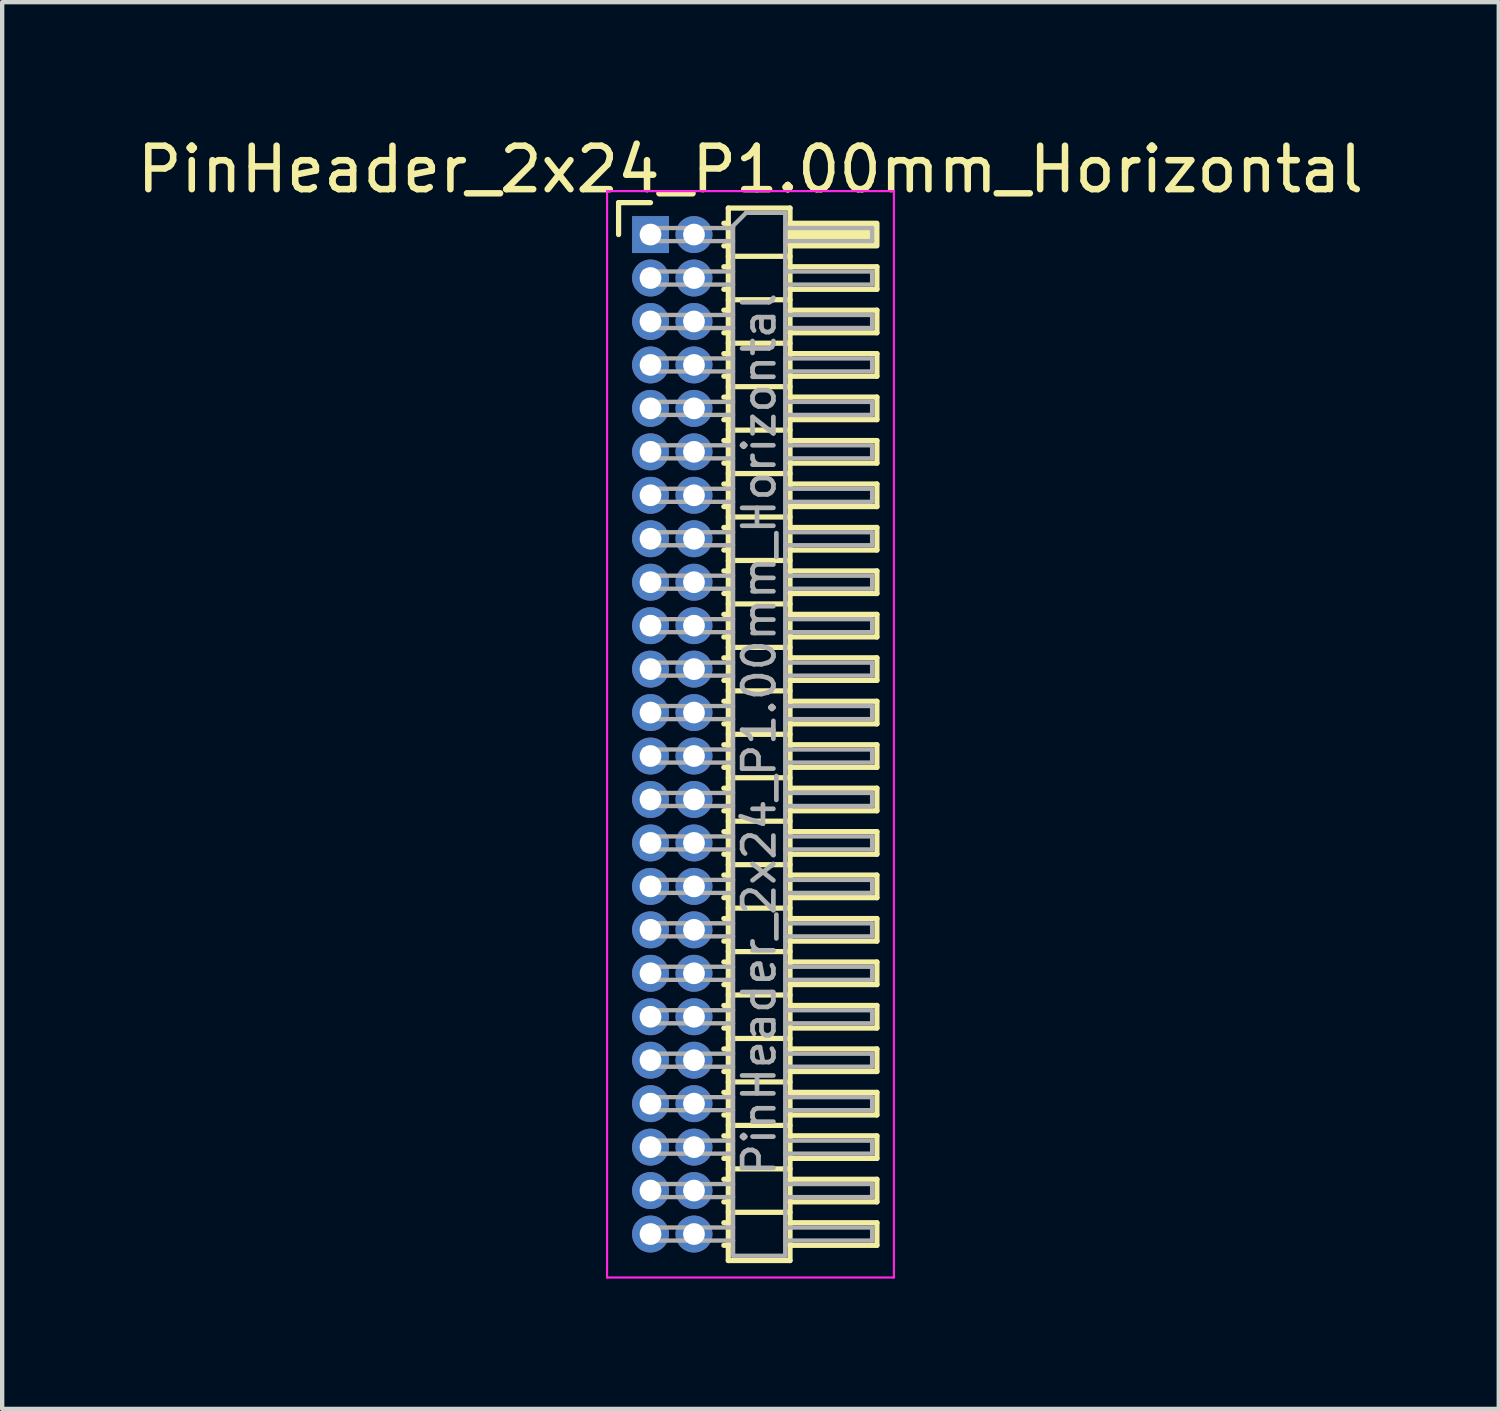
<source format=kicad_pcb>
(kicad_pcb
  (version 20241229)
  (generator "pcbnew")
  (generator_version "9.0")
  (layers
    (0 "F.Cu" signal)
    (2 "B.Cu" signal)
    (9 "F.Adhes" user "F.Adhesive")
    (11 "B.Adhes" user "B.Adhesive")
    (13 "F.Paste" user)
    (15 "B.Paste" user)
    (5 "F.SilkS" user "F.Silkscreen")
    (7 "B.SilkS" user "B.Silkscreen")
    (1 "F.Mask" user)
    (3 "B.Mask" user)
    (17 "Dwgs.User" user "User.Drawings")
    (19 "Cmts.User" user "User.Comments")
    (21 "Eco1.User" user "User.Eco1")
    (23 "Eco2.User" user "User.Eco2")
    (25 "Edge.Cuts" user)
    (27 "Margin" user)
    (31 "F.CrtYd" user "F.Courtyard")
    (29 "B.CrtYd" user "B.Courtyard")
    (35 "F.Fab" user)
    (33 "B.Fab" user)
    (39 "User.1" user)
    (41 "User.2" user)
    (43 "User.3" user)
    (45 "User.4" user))
  (footprint "PinHeader_2x24_P1.00mm_Horizontal"
    (layer "F.Cu")
    (at 11.92 2.348)
    (property "Reference" "PinHeader_2x24_P1.00mm_Horizontal" (at 2.3 -1.5 0) (layer "F.SilkS") (effects (font (size 1 1) (thickness 0.15))))
    (attr through_hole)
    (fp_line (start -0.735 -0.735) (end 0 -0.735) (stroke (width 0.12) (type solid)) (layer "F.SilkS"))
    (fp_line (start -0.735 0) (end -0.735 -0.735) (stroke (width 0.12) (type solid)) (layer "F.SilkS"))
    (fp_line (start 1.687 -0.26) (end 1.79 -0.26) (stroke (width 0.12) (type solid)) (layer "F.SilkS"))
    (fp_line (start 1.687 0.26) (end 1.79 0.26) (stroke (width 0.12) (type solid)) (layer "F.SilkS"))
    (fp_line (start 1.687 0.74) (end 1.79 0.74) (stroke (width 0.12) (type solid)) (layer "F.SilkS"))
    (fp_line (start 1.687 1.26) (end 1.79 1.26) (stroke (width 0.12) (type solid)) (layer "F.SilkS"))
    (fp_line (start 1.687 1.74) (end 1.79 1.74) (stroke (width 0.12) (type solid)) (layer "F.SilkS"))
    (fp_line (start 1.687 2.26) (end 1.79 2.26) (stroke (width 0.12) (type solid)) (layer "F.SilkS"))
    (fp_line (start 1.687 2.74) (end 1.79 2.74) (stroke (width 0.12) (type solid)) (layer "F.SilkS"))
    (fp_line (start 1.687 3.26) (end 1.79 3.26) (stroke (width 0.12) (type solid)) (layer "F.SilkS"))
    (fp_line (start 1.687 3.74) (end 1.79 3.74) (stroke (width 0.12) (type solid)) (layer "F.SilkS"))
    (fp_line (start 1.687 4.26) (end 1.79 4.26) (stroke (width 0.12) (type solid)) (layer "F.SilkS"))
    (fp_line (start 1.687 4.74) (end 1.79 4.74) (stroke (width 0.12) (type solid)) (layer "F.SilkS"))
    (fp_line (start 1.687 5.26) (end 1.79 5.26) (stroke (width 0.12) (type solid)) (layer "F.SilkS"))
    (fp_line (start 1.687 5.74) (end 1.79 5.74) (stroke (width 0.12) (type solid)) (layer "F.SilkS"))
    (fp_line (start 1.687 6.26) (end 1.79 6.26) (stroke (width 0.12) (type solid)) (layer "F.SilkS"))
    (fp_line (start 1.687 6.74) (end 1.79 6.74) (stroke (width 0.12) (type solid)) (layer "F.SilkS"))
    (fp_line (start 1.687 7.26) (end 1.79 7.26) (stroke (width 0.12) (type solid)) (layer "F.SilkS"))
    (fp_line (start 1.687 7.74) (end 1.79 7.74) (stroke (width 0.12) (type solid)) (layer "F.SilkS"))
    (fp_line (start 1.687 8.26) (end 1.79 8.26) (stroke (width 0.12) (type solid)) (layer "F.SilkS"))
    (fp_line (start 1.687 8.74) (end 1.79 8.74) (stroke (width 0.12) (type solid)) (layer "F.SilkS"))
    (fp_line (start 1.687 9.26) (end 1.79 9.26) (stroke (width 0.12) (type solid)) (layer "F.SilkS"))
    (fp_line (start 1.687 9.74) (end 1.79 9.74) (stroke (width 0.12) (type solid)) (layer "F.SilkS"))
    (fp_line (start 1.687 10.26) (end 1.79 10.26) (stroke (width 0.12) (type solid)) (layer "F.SilkS"))
    (fp_line (start 1.687 10.74) (end 1.79 10.74) (stroke (width 0.12) (type solid)) (layer "F.SilkS"))
    (fp_line (start 1.687 11.26) (end 1.79 11.26) (stroke (width 0.12) (type solid)) (layer "F.SilkS"))
    (fp_line (start 1.687 11.74) (end 1.79 11.74) (stroke (width 0.12) (type solid)) (layer "F.SilkS"))
    (fp_line (start 1.687 12.26) (end 1.79 12.26) (stroke (width 0.12) (type solid)) (layer "F.SilkS"))
    (fp_line (start 1.687 12.74) (end 1.79 12.74) (stroke (width 0.12) (type solid)) (layer "F.SilkS"))
    (fp_line (start 1.687 13.26) (end 1.79 13.26) (stroke (width 0.12) (type solid)) (layer "F.SilkS"))
    (fp_line (start 1.687 13.74) (end 1.79 13.74) (stroke (width 0.12) (type solid)) (layer "F.SilkS"))
    (fp_line (start 1.687 14.26) (end 1.79 14.26) (stroke (width 0.12) (type solid)) (layer "F.SilkS"))
    (fp_line (start 1.687 14.74) (end 1.79 14.74) (stroke (width 0.12) (type solid)) (layer "F.SilkS"))
    (fp_line (start 1.687 15.26) (end 1.79 15.26) (stroke (width 0.12) (type solid)) (layer "F.SilkS"))
    (fp_line (start 1.687 15.74) (end 1.79 15.74) (stroke (width 0.12) (type solid)) (layer "F.SilkS"))
    (fp_line (start 1.687 16.26) (end 1.79 16.26) (stroke (width 0.12) (type solid)) (layer "F.SilkS"))
    (fp_line (start 1.687 16.74) (end 1.79 16.74) (stroke (width 0.12) (type solid)) (layer "F.SilkS"))
    (fp_line (start 1.687 17.26) (end 1.79 17.26) (stroke (width 0.12) (type solid)) (layer "F.SilkS"))
    (fp_line (start 1.687 17.74) (end 1.79 17.74) (stroke (width 0.12) (type solid)) (layer "F.SilkS"))
    (fp_line (start 1.687 18.26) (end 1.79 18.26) (stroke (width 0.12) (type solid)) (layer "F.SilkS"))
    (fp_line (start 1.687 18.74) (end 1.79 18.74) (stroke (width 0.12) (type solid)) (layer "F.SilkS"))
    (fp_line (start 1.687 19.26) (end 1.79 19.26) (stroke (width 0.12) (type solid)) (layer "F.SilkS"))
    (fp_line (start 1.687 19.74) (end 1.79 19.74) (stroke (width 0.12) (type solid)) (layer "F.SilkS"))
    (fp_line (start 1.687 20.26) (end 1.79 20.26) (stroke (width 0.12) (type solid)) (layer "F.SilkS"))
    (fp_line (start 1.687 20.74) (end 1.79 20.74) (stroke (width 0.12) (type solid)) (layer "F.SilkS"))
    (fp_line (start 1.687 21.26) (end 1.79 21.26) (stroke (width 0.12) (type solid)) (layer "F.SilkS"))
    (fp_line (start 1.687 21.74) (end 1.79 21.74) (stroke (width 0.12) (type solid)) (layer "F.SilkS"))
    (fp_line (start 1.687 22.26) (end 1.79 22.26) (stroke (width 0.12) (type solid)) (layer "F.SilkS"))
    (fp_line (start 1.687 22.74) (end 1.79 22.74) (stroke (width 0.12) (type solid)) (layer "F.SilkS"))
    (fp_line (start 1.687 23.26) (end 1.79 23.26) (stroke (width 0.12) (type solid)) (layer "F.SilkS"))
    (fp_line (start 1.79 -0.61) (end 1.79 23.61) (stroke (width 0.12) (type solid)) (layer "F.SilkS"))
    (fp_line (start 1.79 0.5) (end 3.21 0.5) (stroke (width 0.12) (type solid)) (layer "F.SilkS"))
    (fp_line (start 1.79 1.5) (end 3.21 1.5) (stroke (width 0.12) (type solid)) (layer "F.SilkS"))
    (fp_line (start 1.79 2.5) (end 3.21 2.5) (stroke (width 0.12) (type solid)) (layer "F.SilkS"))
    (fp_line (start 1.79 3.5) (end 3.21 3.5) (stroke (width 0.12) (type solid)) (layer "F.SilkS"))
    (fp_line (start 1.79 4.5) (end 3.21 4.5) (stroke (width 0.12) (type solid)) (layer "F.SilkS"))
    (fp_line (start 1.79 5.5) (end 3.21 5.5) (stroke (width 0.12) (type solid)) (layer "F.SilkS"))
    (fp_line (start 1.79 6.5) (end 3.21 6.5) (stroke (width 0.12) (type solid)) (layer "F.SilkS"))
    (fp_line (start 1.79 7.5) (end 3.21 7.5) (stroke (width 0.12) (type solid)) (layer "F.SilkS"))
    (fp_line (start 1.79 8.5) (end 3.21 8.5) (stroke (width 0.12) (type solid)) (layer "F.SilkS"))
    (fp_line (start 1.79 9.5) (end 3.21 9.5) (stroke (width 0.12) (type solid)) (layer "F.SilkS"))
    (fp_line (start 1.79 10.5) (end 3.21 10.5) (stroke (width 0.12) (type solid)) (layer "F.SilkS"))
    (fp_line (start 1.79 11.5) (end 3.21 11.5) (stroke (width 0.12) (type solid)) (layer "F.SilkS"))
    (fp_line (start 1.79 12.5) (end 3.21 12.5) (stroke (width 0.12) (type solid)) (layer "F.SilkS"))
    (fp_line (start 1.79 13.5) (end 3.21 13.5) (stroke (width 0.12) (type solid)) (layer "F.SilkS"))
    (fp_line (start 1.79 14.5) (end 3.21 14.5) (stroke (width 0.12) (type solid)) (layer "F.SilkS"))
    (fp_line (start 1.79 15.5) (end 3.21 15.5) (stroke (width 0.12) (type solid)) (layer "F.SilkS"))
    (fp_line (start 1.79 16.5) (end 3.21 16.5) (stroke (width 0.12) (type solid)) (layer "F.SilkS"))
    (fp_line (start 1.79 17.5) (end 3.21 17.5) (stroke (width 0.12) (type solid)) (layer "F.SilkS"))
    (fp_line (start 1.79 18.5) (end 3.21 18.5) (stroke (width 0.12) (type solid)) (layer "F.SilkS"))
    (fp_line (start 1.79 19.5) (end 3.21 19.5) (stroke (width 0.12) (type solid)) (layer "F.SilkS"))
    (fp_line (start 1.79 20.5) (end 3.21 20.5) (stroke (width 0.12) (type solid)) (layer "F.SilkS"))
    (fp_line (start 1.79 21.5) (end 3.21 21.5) (stroke (width 0.12) (type solid)) (layer "F.SilkS"))
    (fp_line (start 1.79 22.5) (end 3.21 22.5) (stroke (width 0.12) (type solid)) (layer "F.SilkS"))
    (fp_line (start 1.79 23.61) (end 3.21 23.61) (stroke (width 0.12) (type solid)) (layer "F.SilkS"))
    (fp_line (start 3.21 -0.61) (end 1.79 -0.61) (stroke (width 0.12) (type solid)) (layer "F.SilkS"))
    (fp_line (start 3.21 0.74) (end 5.21 0.74) (stroke (width 0.12) (type solid)) (layer "F.SilkS"))
    (fp_line (start 3.21 1.74) (end 5.21 1.74) (stroke (width 0.12) (type solid)) (layer "F.SilkS"))
    (fp_line (start 3.21 2.74) (end 5.21 2.74) (stroke (width 0.12) (type solid)) (layer "F.SilkS"))
    (fp_line (start 3.21 3.74) (end 5.21 3.74) (stroke (width 0.12) (type solid)) (layer "F.SilkS"))
    (fp_line (start 3.21 4.74) (end 5.21 4.74) (stroke (width 0.12) (type solid)) (layer "F.SilkS"))
    (fp_line (start 3.21 5.74) (end 5.21 5.74) (stroke (width 0.12) (type solid)) (layer "F.SilkS"))
    (fp_line (start 3.21 6.74) (end 5.21 6.74) (stroke (width 0.12) (type solid)) (layer "F.SilkS"))
    (fp_line (start 3.21 7.74) (end 5.21 7.74) (stroke (width 0.12) (type solid)) (layer "F.SilkS"))
    (fp_line (start 3.21 8.74) (end 5.21 8.74) (stroke (width 0.12) (type solid)) (layer "F.SilkS"))
    (fp_line (start 3.21 9.74) (end 5.21 9.74) (stroke (width 0.12) (type solid)) (layer "F.SilkS"))
    (fp_line (start 3.21 10.74) (end 5.21 10.74) (stroke (width 0.12) (type solid)) (layer "F.SilkS"))
    (fp_line (start 3.21 11.74) (end 5.21 11.74) (stroke (width 0.12) (type solid)) (layer "F.SilkS"))
    (fp_line (start 3.21 12.74) (end 5.21 12.74) (stroke (width 0.12) (type solid)) (layer "F.SilkS"))
    (fp_line (start 3.21 13.74) (end 5.21 13.74) (stroke (width 0.12) (type solid)) (layer "F.SilkS"))
    (fp_line (start 3.21 14.74) (end 5.21 14.74) (stroke (width 0.12) (type solid)) (layer "F.SilkS"))
    (fp_line (start 3.21 15.74) (end 5.21 15.74) (stroke (width 0.12) (type solid)) (layer "F.SilkS"))
    (fp_line (start 3.21 16.74) (end 5.21 16.74) (stroke (width 0.12) (type solid)) (layer "F.SilkS"))
    (fp_line (start 3.21 17.74) (end 5.21 17.74) (stroke (width 0.12) (type solid)) (layer "F.SilkS"))
    (fp_line (start 3.21 18.74) (end 5.21 18.74) (stroke (width 0.12) (type solid)) (layer "F.SilkS"))
    (fp_line (start 3.21 19.74) (end 5.21 19.74) (stroke (width 0.12) (type solid)) (layer "F.SilkS"))
    (fp_line (start 3.21 20.74) (end 5.21 20.74) (stroke (width 0.12) (type solid)) (layer "F.SilkS"))
    (fp_line (start 3.21 21.74) (end 5.21 21.74) (stroke (width 0.12) (type solid)) (layer "F.SilkS"))
    (fp_line (start 3.21 22.74) (end 5.21 22.74) (stroke (width 0.12) (type solid)) (layer "F.SilkS"))
    (fp_line (start 3.21 23.61) (end 3.21 -0.61) (stroke (width 0.12) (type solid)) (layer "F.SilkS"))
    (fp_line (start 5.21 0.74) (end 5.21 1.26) (stroke (width 0.12) (type solid)) (layer "F.SilkS"))
    (fp_line (start 5.21 1.26) (end 3.21 1.26) (stroke (width 0.12) (type solid)) (layer "F.SilkS"))
    (fp_line (start 5.21 1.74) (end 5.21 2.26) (stroke (width 0.12) (type solid)) (layer "F.SilkS"))
    (fp_line (start 5.21 2.26) (end 3.21 2.26) (stroke (width 0.12) (type solid)) (layer "F.SilkS"))
    (fp_line (start 5.21 2.74) (end 5.21 3.26) (stroke (width 0.12) (type solid)) (layer "F.SilkS"))
    (fp_line (start 5.21 3.26) (end 3.21 3.26) (stroke (width 0.12) (type solid)) (layer "F.SilkS"))
    (fp_line (start 5.21 3.74) (end 5.21 4.26) (stroke (width 0.12) (type solid)) (layer "F.SilkS"))
    (fp_line (start 5.21 4.26) (end 3.21 4.26) (stroke (width 0.12) (type solid)) (layer "F.SilkS"))
    (fp_line (start 5.21 4.74) (end 5.21 5.26) (stroke (width 0.12) (type solid)) (layer "F.SilkS"))
    (fp_line (start 5.21 5.26) (end 3.21 5.26) (stroke (width 0.12) (type solid)) (layer "F.SilkS"))
    (fp_line (start 5.21 5.74) (end 5.21 6.26) (stroke (width 0.12) (type solid)) (layer "F.SilkS"))
    (fp_line (start 5.21 6.26) (end 3.21 6.26) (stroke (width 0.12) (type solid)) (layer "F.SilkS"))
    (fp_line (start 5.21 6.74) (end 5.21 7.26) (stroke (width 0.12) (type solid)) (layer "F.SilkS"))
    (fp_line (start 5.21 7.26) (end 3.21 7.26) (stroke (width 0.12) (type solid)) (layer "F.SilkS"))
    (fp_line (start 5.21 7.74) (end 5.21 8.26) (stroke (width 0.12) (type solid)) (layer "F.SilkS"))
    (fp_line (start 5.21 8.26) (end 3.21 8.26) (stroke (width 0.12) (type solid)) (layer "F.SilkS"))
    (fp_line (start 5.21 8.74) (end 5.21 9.26) (stroke (width 0.12) (type solid)) (layer "F.SilkS"))
    (fp_line (start 5.21 9.26) (end 3.21 9.26) (stroke (width 0.12) (type solid)) (layer "F.SilkS"))
    (fp_line (start 5.21 9.74) (end 5.21 10.26) (stroke (width 0.12) (type solid)) (layer "F.SilkS"))
    (fp_line (start 5.21 10.26) (end 3.21 10.26) (stroke (width 0.12) (type solid)) (layer "F.SilkS"))
    (fp_line (start 5.21 10.74) (end 5.21 11.26) (stroke (width 0.12) (type solid)) (layer "F.SilkS"))
    (fp_line (start 5.21 11.26) (end 3.21 11.26) (stroke (width 0.12) (type solid)) (layer "F.SilkS"))
    (fp_line (start 5.21 11.74) (end 5.21 12.26) (stroke (width 0.12) (type solid)) (layer "F.SilkS"))
    (fp_line (start 5.21 12.26) (end 3.21 12.26) (stroke (width 0.12) (type solid)) (layer "F.SilkS"))
    (fp_line (start 5.21 12.74) (end 5.21 13.26) (stroke (width 0.12) (type solid)) (layer "F.SilkS"))
    (fp_line (start 5.21 13.26) (end 3.21 13.26) (stroke (width 0.12) (type solid)) (layer "F.SilkS"))
    (fp_line (start 5.21 13.74) (end 5.21 14.26) (stroke (width 0.12) (type solid)) (layer "F.SilkS"))
    (fp_line (start 5.21 14.26) (end 3.21 14.26) (stroke (width 0.12) (type solid)) (layer "F.SilkS"))
    (fp_line (start 5.21 14.74) (end 5.21 15.26) (stroke (width 0.12) (type solid)) (layer "F.SilkS"))
    (fp_line (start 5.21 15.26) (end 3.21 15.26) (stroke (width 0.12) (type solid)) (layer "F.SilkS"))
    (fp_line (start 5.21 15.74) (end 5.21 16.26) (stroke (width 0.12) (type solid)) (layer "F.SilkS"))
    (fp_line (start 5.21 16.26) (end 3.21 16.26) (stroke (width 0.12) (type solid)) (layer "F.SilkS"))
    (fp_line (start 5.21 16.74) (end 5.21 17.26) (stroke (width 0.12) (type solid)) (layer "F.SilkS"))
    (fp_line (start 5.21 17.26) (end 3.21 17.26) (stroke (width 0.12) (type solid)) (layer "F.SilkS"))
    (fp_line (start 5.21 17.74) (end 5.21 18.26) (stroke (width 0.12) (type solid)) (layer "F.SilkS"))
    (fp_line (start 5.21 18.26) (end 3.21 18.26) (stroke (width 0.12) (type solid)) (layer "F.SilkS"))
    (fp_line (start 5.21 18.74) (end 5.21 19.26) (stroke (width 0.12) (type solid)) (layer "F.SilkS"))
    (fp_line (start 5.21 19.26) (end 3.21 19.26) (stroke (width 0.12) (type solid)) (layer "F.SilkS"))
    (fp_line (start 5.21 19.74) (end 5.21 20.26) (stroke (width 0.12) (type solid)) (layer "F.SilkS"))
    (fp_line (start 5.21 20.26) (end 3.21 20.26) (stroke (width 0.12) (type solid)) (layer "F.SilkS"))
    (fp_line (start 5.21 20.74) (end 5.21 21.26) (stroke (width 0.12) (type solid)) (layer "F.SilkS"))
    (fp_line (start 5.21 21.26) (end 3.21 21.26) (stroke (width 0.12) (type solid)) (layer "F.SilkS"))
    (fp_line (start 5.21 21.74) (end 5.21 22.26) (stroke (width 0.12) (type solid)) (layer "F.SilkS"))
    (fp_line (start 5.21 22.26) (end 3.21 22.26) (stroke (width 0.12) (type solid)) (layer "F.SilkS"))
    (fp_line (start 5.21 22.74) (end 5.21 23.26) (stroke (width 0.12) (type solid)) (layer "F.SilkS"))
    (fp_line (start 5.21 23.26) (end 3.21 23.26) (stroke (width 0.12) (type solid)) (layer "F.SilkS"))
    (fp_rect (start 3.21 -0.26) (end 5.21 0.26) (stroke (width 0.12) (type solid)) (fill yes) (layer "F.SilkS"))
    (fp_line (start -1 -1) (end -1 24) (stroke (width 0.05) (type solid)) (layer "F.CrtYd"))
    (fp_line (start -1 24) (end 5.6 24) (stroke (width 0.05) (type solid)) (layer "F.CrtYd"))
    (fp_line (start 5.6 -1) (end -1 -1) (stroke (width 0.05) (type solid)) (layer "F.CrtYd"))
    (fp_line (start 5.6 24) (end 5.6 -1) (stroke (width 0.05) (type solid)) (layer "F.CrtYd"))
    (fp_line (start -0.15 -0.15) (end -0.15 0.15) (stroke (width 0.1) (type solid)) (layer "F.Fab"))
    (fp_line (start -0.15 -0.15) (end 1.9 -0.15) (stroke (width 0.1) (type solid)) (layer "F.Fab"))
    (fp_line (start -0.15 0.15) (end 1.9 0.15) (stroke (width 0.1) (type solid)) (layer "F.Fab"))
    (fp_line (start -0.15 0.85) (end -0.15 1.15) (stroke (width 0.1) (type solid)) (layer "F.Fab"))
    (fp_line (start -0.15 0.85) (end 1.9 0.85) (stroke (width 0.1) (type solid)) (layer "F.Fab"))
    (fp_line (start -0.15 1.15) (end 1.9 1.15) (stroke (width 0.1) (type solid)) (layer "F.Fab"))
    (fp_line (start -0.15 1.85) (end -0.15 2.15) (stroke (width 0.1) (type solid)) (layer "F.Fab"))
    (fp_line (start -0.15 1.85) (end 1.9 1.85) (stroke (width 0.1) (type solid)) (layer "F.Fab"))
    (fp_line (start -0.15 2.15) (end 1.9 2.15) (stroke (width 0.1) (type solid)) (layer "F.Fab"))
    (fp_line (start -0.15 2.85) (end -0.15 3.15) (stroke (width 0.1) (type solid)) (layer "F.Fab"))
    (fp_line (start -0.15 2.85) (end 1.9 2.85) (stroke (width 0.1) (type solid)) (layer "F.Fab"))
    (fp_line (start -0.15 3.15) (end 1.9 3.15) (stroke (width 0.1) (type solid)) (layer "F.Fab"))
    (fp_line (start -0.15 3.85) (end -0.15 4.15) (stroke (width 0.1) (type solid)) (layer "F.Fab"))
    (fp_line (start -0.15 3.85) (end 1.9 3.85) (stroke (width 0.1) (type solid)) (layer "F.Fab"))
    (fp_line (start -0.15 4.15) (end 1.9 4.15) (stroke (width 0.1) (type solid)) (layer "F.Fab"))
    (fp_line (start -0.15 4.85) (end -0.15 5.15) (stroke (width 0.1) (type solid)) (layer "F.Fab"))
    (fp_line (start -0.15 4.85) (end 1.9 4.85) (stroke (width 0.1) (type solid)) (layer "F.Fab"))
    (fp_line (start -0.15 5.15) (end 1.9 5.15) (stroke (width 0.1) (type solid)) (layer "F.Fab"))
    (fp_line (start -0.15 5.85) (end -0.15 6.15) (stroke (width 0.1) (type solid)) (layer "F.Fab"))
    (fp_line (start -0.15 5.85) (end 1.9 5.85) (stroke (width 0.1) (type solid)) (layer "F.Fab"))
    (fp_line (start -0.15 6.15) (end 1.9 6.15) (stroke (width 0.1) (type solid)) (layer "F.Fab"))
    (fp_line (start -0.15 6.85) (end -0.15 7.15) (stroke (width 0.1) (type solid)) (layer "F.Fab"))
    (fp_line (start -0.15 6.85) (end 1.9 6.85) (stroke (width 0.1) (type solid)) (layer "F.Fab"))
    (fp_line (start -0.15 7.15) (end 1.9 7.15) (stroke (width 0.1) (type solid)) (layer "F.Fab"))
    (fp_line (start -0.15 7.85) (end -0.15 8.15) (stroke (width 0.1) (type solid)) (layer "F.Fab"))
    (fp_line (start -0.15 7.85) (end 1.9 7.85) (stroke (width 0.1) (type solid)) (layer "F.Fab"))
    (fp_line (start -0.15 8.15) (end 1.9 8.15) (stroke (width 0.1) (type solid)) (layer "F.Fab"))
    (fp_line (start -0.15 8.85) (end -0.15 9.15) (stroke (width 0.1) (type solid)) (layer "F.Fab"))
    (fp_line (start -0.15 8.85) (end 1.9 8.85) (stroke (width 0.1) (type solid)) (layer "F.Fab"))
    (fp_line (start -0.15 9.15) (end 1.9 9.15) (stroke (width 0.1) (type solid)) (layer "F.Fab"))
    (fp_line (start -0.15 9.85) (end -0.15 10.15) (stroke (width 0.1) (type solid)) (layer "F.Fab"))
    (fp_line (start -0.15 9.85) (end 1.9 9.85) (stroke (width 0.1) (type solid)) (layer "F.Fab"))
    (fp_line (start -0.15 10.15) (end 1.9 10.15) (stroke (width 0.1) (type solid)) (layer "F.Fab"))
    (fp_line (start -0.15 10.85) (end -0.15 11.15) (stroke (width 0.1) (type solid)) (layer "F.Fab"))
    (fp_line (start -0.15 10.85) (end 1.9 10.85) (stroke (width 0.1) (type solid)) (layer "F.Fab"))
    (fp_line (start -0.15 11.15) (end 1.9 11.15) (stroke (width 0.1) (type solid)) (layer "F.Fab"))
    (fp_line (start -0.15 11.85) (end -0.15 12.15) (stroke (width 0.1) (type solid)) (layer "F.Fab"))
    (fp_line (start -0.15 11.85) (end 1.9 11.85) (stroke (width 0.1) (type solid)) (layer "F.Fab"))
    (fp_line (start -0.15 12.15) (end 1.9 12.15) (stroke (width 0.1) (type solid)) (layer "F.Fab"))
    (fp_line (start -0.15 12.85) (end -0.15 13.15) (stroke (width 0.1) (type solid)) (layer "F.Fab"))
    (fp_line (start -0.15 12.85) (end 1.9 12.85) (stroke (width 0.1) (type solid)) (layer "F.Fab"))
    (fp_line (start -0.15 13.15) (end 1.9 13.15) (stroke (width 0.1) (type solid)) (layer "F.Fab"))
    (fp_line (start -0.15 13.85) (end -0.15 14.15) (stroke (width 0.1) (type solid)) (layer "F.Fab"))
    (fp_line (start -0.15 13.85) (end 1.9 13.85) (stroke (width 0.1) (type solid)) (layer "F.Fab"))
    (fp_line (start -0.15 14.15) (end 1.9 14.15) (stroke (width 0.1) (type solid)) (layer "F.Fab"))
    (fp_line (start -0.15 14.85) (end -0.15 15.15) (stroke (width 0.1) (type solid)) (layer "F.Fab"))
    (fp_line (start -0.15 14.85) (end 1.9 14.85) (stroke (width 0.1) (type solid)) (layer "F.Fab"))
    (fp_line (start -0.15 15.15) (end 1.9 15.15) (stroke (width 0.1) (type solid)) (layer "F.Fab"))
    (fp_line (start -0.15 15.85) (end -0.15 16.15) (stroke (width 0.1) (type solid)) (layer "F.Fab"))
    (fp_line (start -0.15 15.85) (end 1.9 15.85) (stroke (width 0.1) (type solid)) (layer "F.Fab"))
    (fp_line (start -0.15 16.15) (end 1.9 16.15) (stroke (width 0.1) (type solid)) (layer "F.Fab"))
    (fp_line (start -0.15 16.85) (end -0.15 17.15) (stroke (width 0.1) (type solid)) (layer "F.Fab"))
    (fp_line (start -0.15 16.85) (end 1.9 16.85) (stroke (width 0.1) (type solid)) (layer "F.Fab"))
    (fp_line (start -0.15 17.15) (end 1.9 17.15) (stroke (width 0.1) (type solid)) (layer "F.Fab"))
    (fp_line (start -0.15 17.85) (end -0.15 18.15) (stroke (width 0.1) (type solid)) (layer "F.Fab"))
    (fp_line (start -0.15 17.85) (end 1.9 17.85) (stroke (width 0.1) (type solid)) (layer "F.Fab"))
    (fp_line (start -0.15 18.15) (end 1.9 18.15) (stroke (width 0.1) (type solid)) (layer "F.Fab"))
    (fp_line (start -0.15 18.85) (end -0.15 19.15) (stroke (width 0.1) (type solid)) (layer "F.Fab"))
    (fp_line (start -0.15 18.85) (end 1.9 18.85) (stroke (width 0.1) (type solid)) (layer "F.Fab"))
    (fp_line (start -0.15 19.15) (end 1.9 19.15) (stroke (width 0.1) (type solid)) (layer "F.Fab"))
    (fp_line (start -0.15 19.85) (end -0.15 20.15) (stroke (width 0.1) (type solid)) (layer "F.Fab"))
    (fp_line (start -0.15 19.85) (end 1.9 19.85) (stroke (width 0.1) (type solid)) (layer "F.Fab"))
    (fp_line (start -0.15 20.15) (end 1.9 20.15) (stroke (width 0.1) (type solid)) (layer "F.Fab"))
    (fp_line (start -0.15 20.85) (end -0.15 21.15) (stroke (width 0.1) (type solid)) (layer "F.Fab"))
    (fp_line (start -0.15 20.85) (end 1.9 20.85) (stroke (width 0.1) (type solid)) (layer "F.Fab"))
    (fp_line (start -0.15 21.15) (end 1.9 21.15) (stroke (width 0.1) (type solid)) (layer "F.Fab"))
    (fp_line (start -0.15 21.85) (end -0.15 22.15) (stroke (width 0.1) (type solid)) (layer "F.Fab"))
    (fp_line (start -0.15 21.85) (end 1.9 21.85) (stroke (width 0.1) (type solid)) (layer "F.Fab"))
    (fp_line (start -0.15 22.15) (end 1.9 22.15) (stroke (width 0.1) (type solid)) (layer "F.Fab"))
    (fp_line (start -0.15 22.85) (end -0.15 23.15) (stroke (width 0.1) (type solid)) (layer "F.Fab"))
    (fp_line (start -0.15 22.85) (end 1.9 22.85) (stroke (width 0.1) (type solid)) (layer "F.Fab"))
    (fp_line (start -0.15 23.15) (end 1.9 23.15) (stroke (width 0.1) (type solid)) (layer "F.Fab"))
    (fp_line (start 1.9 -0.2) (end 2.2 -0.5) (stroke (width 0.1) (type solid)) (layer "F.Fab"))
    (fp_line (start 1.9 23.5) (end 1.9 -0.2) (stroke (width 0.1) (type solid)) (layer "F.Fab"))
    (fp_line (start 2.2 -0.5) (end 3.1 -0.5) (stroke (width 0.1) (type solid)) (layer "F.Fab"))
    (fp_line (start 3.1 -0.5) (end 3.1 23.5) (stroke (width 0.1) (type solid)) (layer "F.Fab"))
    (fp_line (start 3.1 -0.15) (end 5.1 -0.15) (stroke (width 0.1) (type solid)) (layer "F.Fab"))
    (fp_line (start 3.1 0.15) (end 5.1 0.15) (stroke (width 0.1) (type solid)) (layer "F.Fab"))
    (fp_line (start 3.1 0.85) (end 5.1 0.85) (stroke (width 0.1) (type solid)) (layer "F.Fab"))
    (fp_line (start 3.1 1.15) (end 5.1 1.15) (stroke (width 0.1) (type solid)) (layer "F.Fab"))
    (fp_line (start 3.1 1.85) (end 5.1 1.85) (stroke (width 0.1) (type solid)) (layer "F.Fab"))
    (fp_line (start 3.1 2.15) (end 5.1 2.15) (stroke (width 0.1) (type solid)) (layer "F.Fab"))
    (fp_line (start 3.1 2.85) (end 5.1 2.85) (stroke (width 0.1) (type solid)) (layer "F.Fab"))
    (fp_line (start 3.1 3.15) (end 5.1 3.15) (stroke (width 0.1) (type solid)) (layer "F.Fab"))
    (fp_line (start 3.1 3.85) (end 5.1 3.85) (stroke (width 0.1) (type solid)) (layer "F.Fab"))
    (fp_line (start 3.1 4.15) (end 5.1 4.15) (stroke (width 0.1) (type solid)) (layer "F.Fab"))
    (fp_line (start 3.1 4.85) (end 5.1 4.85) (stroke (width 0.1) (type solid)) (layer "F.Fab"))
    (fp_line (start 3.1 5.15) (end 5.1 5.15) (stroke (width 0.1) (type solid)) (layer "F.Fab"))
    (fp_line (start 3.1 5.85) (end 5.1 5.85) (stroke (width 0.1) (type solid)) (layer "F.Fab"))
    (fp_line (start 3.1 6.15) (end 5.1 6.15) (stroke (width 0.1) (type solid)) (layer "F.Fab"))
    (fp_line (start 3.1 6.85) (end 5.1 6.85) (stroke (width 0.1) (type solid)) (layer "F.Fab"))
    (fp_line (start 3.1 7.15) (end 5.1 7.15) (stroke (width 0.1) (type solid)) (layer "F.Fab"))
    (fp_line (start 3.1 7.85) (end 5.1 7.85) (stroke (width 0.1) (type solid)) (layer "F.Fab"))
    (fp_line (start 3.1 8.15) (end 5.1 8.15) (stroke (width 0.1) (type solid)) (layer "F.Fab"))
    (fp_line (start 3.1 8.85) (end 5.1 8.85) (stroke (width 0.1) (type solid)) (layer "F.Fab"))
    (fp_line (start 3.1 9.15) (end 5.1 9.15) (stroke (width 0.1) (type solid)) (layer "F.Fab"))
    (fp_line (start 3.1 9.85) (end 5.1 9.85) (stroke (width 0.1) (type solid)) (layer "F.Fab"))
    (fp_line (start 3.1 10.15) (end 5.1 10.15) (stroke (width 0.1) (type solid)) (layer "F.Fab"))
    (fp_line (start 3.1 10.85) (end 5.1 10.85) (stroke (width 0.1) (type solid)) (layer "F.Fab"))
    (fp_line (start 3.1 11.15) (end 5.1 11.15) (stroke (width 0.1) (type solid)) (layer "F.Fab"))
    (fp_line (start 3.1 11.85) (end 5.1 11.85) (stroke (width 0.1) (type solid)) (layer "F.Fab"))
    (fp_line (start 3.1 12.15) (end 5.1 12.15) (stroke (width 0.1) (type solid)) (layer "F.Fab"))
    (fp_line (start 3.1 12.85) (end 5.1 12.85) (stroke (width 0.1) (type solid)) (layer "F.Fab"))
    (fp_line (start 3.1 13.15) (end 5.1 13.15) (stroke (width 0.1) (type solid)) (layer "F.Fab"))
    (fp_line (start 3.1 13.85) (end 5.1 13.85) (stroke (width 0.1) (type solid)) (layer "F.Fab"))
    (fp_line (start 3.1 14.15) (end 5.1 14.15) (stroke (width 0.1) (type solid)) (layer "F.Fab"))
    (fp_line (start 3.1 14.85) (end 5.1 14.85) (stroke (width 0.1) (type solid)) (layer "F.Fab"))
    (fp_line (start 3.1 15.15) (end 5.1 15.15) (stroke (width 0.1) (type solid)) (layer "F.Fab"))
    (fp_line (start 3.1 15.85) (end 5.1 15.85) (stroke (width 0.1) (type solid)) (layer "F.Fab"))
    (fp_line (start 3.1 16.15) (end 5.1 16.15) (stroke (width 0.1) (type solid)) (layer "F.Fab"))
    (fp_line (start 3.1 16.85) (end 5.1 16.85) (stroke (width 0.1) (type solid)) (layer "F.Fab"))
    (fp_line (start 3.1 17.15) (end 5.1 17.15) (stroke (width 0.1) (type solid)) (layer "F.Fab"))
    (fp_line (start 3.1 17.85) (end 5.1 17.85) (stroke (width 0.1) (type solid)) (layer "F.Fab"))
    (fp_line (start 3.1 18.15) (end 5.1 18.15) (stroke (width 0.1) (type solid)) (layer "F.Fab"))
    (fp_line (start 3.1 18.85) (end 5.1 18.85) (stroke (width 0.1) (type solid)) (layer "F.Fab"))
    (fp_line (start 3.1 19.15) (end 5.1 19.15) (stroke (width 0.1) (type solid)) (layer "F.Fab"))
    (fp_line (start 3.1 19.85) (end 5.1 19.85) (stroke (width 0.1) (type solid)) (layer "F.Fab"))
    (fp_line (start 3.1 20.15) (end 5.1 20.15) (stroke (width 0.1) (type solid)) (layer "F.Fab"))
    (fp_line (start 3.1 20.85) (end 5.1 20.85) (stroke (width 0.1) (type solid)) (layer "F.Fab"))
    (fp_line (start 3.1 21.15) (end 5.1 21.15) (stroke (width 0.1) (type solid)) (layer "F.Fab"))
    (fp_line (start 3.1 21.85) (end 5.1 21.85) (stroke (width 0.1) (type solid)) (layer "F.Fab"))
    (fp_line (start 3.1 22.15) (end 5.1 22.15) (stroke (width 0.1) (type solid)) (layer "F.Fab"))
    (fp_line (start 3.1 22.85) (end 5.1 22.85) (stroke (width 0.1) (type solid)) (layer "F.Fab"))
    (fp_line (start 3.1 23.15) (end 5.1 23.15) (stroke (width 0.1) (type solid)) (layer "F.Fab"))
    (fp_line (start 3.1 23.5) (end 1.9 23.5) (stroke (width 0.1) (type solid)) (layer "F.Fab"))
    (fp_line (start 5.1 -0.15) (end 5.1 0.15) (stroke (width 0.1) (type solid)) (layer "F.Fab"))
    (fp_line (start 5.1 0.85) (end 5.1 1.15) (stroke (width 0.1) (type solid)) (layer "F.Fab"))
    (fp_line (start 5.1 1.85) (end 5.1 2.15) (stroke (width 0.1) (type solid)) (layer "F.Fab"))
    (fp_line (start 5.1 2.85) (end 5.1 3.15) (stroke (width 0.1) (type solid)) (layer "F.Fab"))
    (fp_line (start 5.1 3.85) (end 5.1 4.15) (stroke (width 0.1) (type solid)) (layer "F.Fab"))
    (fp_line (start 5.1 4.85) (end 5.1 5.15) (stroke (width 0.1) (type solid)) (layer "F.Fab"))
    (fp_line (start 5.1 5.85) (end 5.1 6.15) (stroke (width 0.1) (type solid)) (layer "F.Fab"))
    (fp_line (start 5.1 6.85) (end 5.1 7.15) (stroke (width 0.1) (type solid)) (layer "F.Fab"))
    (fp_line (start 5.1 7.85) (end 5.1 8.15) (stroke (width 0.1) (type solid)) (layer "F.Fab"))
    (fp_line (start 5.1 8.85) (end 5.1 9.15) (stroke (width 0.1) (type solid)) (layer "F.Fab"))
    (fp_line (start 5.1 9.85) (end 5.1 10.15) (stroke (width 0.1) (type solid)) (layer "F.Fab"))
    (fp_line (start 5.1 10.85) (end 5.1 11.15) (stroke (width 0.1) (type solid)) (layer "F.Fab"))
    (fp_line (start 5.1 11.85) (end 5.1 12.15) (stroke (width 0.1) (type solid)) (layer "F.Fab"))
    (fp_line (start 5.1 12.85) (end 5.1 13.15) (stroke (width 0.1) (type solid)) (layer "F.Fab"))
    (fp_line (start 5.1 13.85) (end 5.1 14.15) (stroke (width 0.1) (type solid)) (layer "F.Fab"))
    (fp_line (start 5.1 14.85) (end 5.1 15.15) (stroke (width 0.1) (type solid)) (layer "F.Fab"))
    (fp_line (start 5.1 15.85) (end 5.1 16.15) (stroke (width 0.1) (type solid)) (layer "F.Fab"))
    (fp_line (start 5.1 16.85) (end 5.1 17.15) (stroke (width 0.1) (type solid)) (layer "F.Fab"))
    (fp_line (start 5.1 17.85) (end 5.1 18.15) (stroke (width 0.1) (type solid)) (layer "F.Fab"))
    (fp_line (start 5.1 18.85) (end 5.1 19.15) (stroke (width 0.1) (type solid)) (layer "F.Fab"))
    (fp_line (start 5.1 19.85) (end 5.1 20.15) (stroke (width 0.1) (type solid)) (layer "F.Fab"))
    (fp_line (start 5.1 20.85) (end 5.1 21.15) (stroke (width 0.1) (type solid)) (layer "F.Fab"))
    (fp_line (start 5.1 21.85) (end 5.1 22.15) (stroke (width 0.1) (type solid)) (layer "F.Fab"))
    (fp_line (start 5.1 22.85) (end 5.1 23.15) (stroke (width 0.1) (type solid)) (layer "F.Fab"))
    (fp_text user "${REFERENCE}" (at 2.5 11.5 90) (layer "F.Fab") (effects (font (size 0.72 0.72) (thickness 0.108))))
    (pad "1" thru_hole rect (at 0 0) (size 0.85 0.85) (drill 0.5) (layers "*.Cu" "*.Mask"))
    (pad "2" thru_hole circle (at 1 0) (size 0.85 0.85) (drill 0.5) (layers "*.Cu" "*.Mask"))
    (pad "3" thru_hole circle (at 0 1) (size 0.85 0.85) (drill 0.5) (layers "*.Cu" "*.Mask"))
    (pad "4" thru_hole circle (at 1 1) (size 0.85 0.85) (drill 0.5) (layers "*.Cu" "*.Mask"))
    (pad "5" thru_hole circle (at 0 2) (size 0.85 0.85) (drill 0.5) (layers "*.Cu" "*.Mask"))
    (pad "6" thru_hole circle (at 1 2) (size 0.85 0.85) (drill 0.5) (layers "*.Cu" "*.Mask"))
    (pad "7" thru_hole circle (at 0 3) (size 0.85 0.85) (drill 0.5) (layers "*.Cu" "*.Mask"))
    (pad "8" thru_hole circle (at 1 3) (size 0.85 0.85) (drill 0.5) (layers "*.Cu" "*.Mask"))
    (pad "9" thru_hole circle (at 0 4) (size 0.85 0.85) (drill 0.5) (layers "*.Cu" "*.Mask"))
    (pad "10" thru_hole circle (at 1 4) (size 0.85 0.85) (drill 0.5) (layers "*.Cu" "*.Mask"))
    (pad "11" thru_hole circle (at 0 5) (size 0.85 0.85) (drill 0.5) (layers "*.Cu" "*.Mask"))
    (pad "12" thru_hole circle (at 1 5) (size 0.85 0.85) (drill 0.5) (layers "*.Cu" "*.Mask"))
    (pad "13" thru_hole circle (at 0 6) (size 0.85 0.85) (drill 0.5) (layers "*.Cu" "*.Mask"))
    (pad "14" thru_hole circle (at 1 6) (size 0.85 0.85) (drill 0.5) (layers "*.Cu" "*.Mask"))
    (pad "15" thru_hole circle (at 0 7) (size 0.85 0.85) (drill 0.5) (layers "*.Cu" "*.Mask"))
    (pad "16" thru_hole circle (at 1 7) (size 0.85 0.85) (drill 0.5) (layers "*.Cu" "*.Mask"))
    (pad "17" thru_hole circle (at 0 8) (size 0.85 0.85) (drill 0.5) (layers "*.Cu" "*.Mask"))
    (pad "18" thru_hole circle (at 1 8) (size 0.85 0.85) (drill 0.5) (layers "*.Cu" "*.Mask"))
    (pad "19" thru_hole circle (at 0 9) (size 0.85 0.85) (drill 0.5) (layers "*.Cu" "*.Mask"))
    (pad "20" thru_hole circle (at 1 9) (size 0.85 0.85) (drill 0.5) (layers "*.Cu" "*.Mask"))
    (pad "21" thru_hole circle (at 0 10) (size 0.85 0.85) (drill 0.5) (layers "*.Cu" "*.Mask"))
    (pad "22" thru_hole circle (at 1 10) (size 0.85 0.85) (drill 0.5) (layers "*.Cu" "*.Mask"))
    (pad "23" thru_hole circle (at 0 11) (size 0.85 0.85) (drill 0.5) (layers "*.Cu" "*.Mask"))
    (pad "24" thru_hole circle (at 1 11) (size 0.85 0.85) (drill 0.5) (layers "*.Cu" "*.Mask"))
    (pad "25" thru_hole circle (at 0 12) (size 0.85 0.85) (drill 0.5) (layers "*.Cu" "*.Mask"))
    (pad "26" thru_hole circle (at 1 12) (size 0.85 0.85) (drill 0.5) (layers "*.Cu" "*.Mask"))
    (pad "27" thru_hole circle (at 0 13) (size 0.85 0.85) (drill 0.5) (layers "*.Cu" "*.Mask"))
    (pad "28" thru_hole circle (at 1 13) (size 0.85 0.85) (drill 0.5) (layers "*.Cu" "*.Mask"))
    (pad "29" thru_hole circle (at 0 14) (size 0.85 0.85) (drill 0.5) (layers "*.Cu" "*.Mask"))
    (pad "30" thru_hole circle (at 1 14) (size 0.85 0.85) (drill 0.5) (layers "*.Cu" "*.Mask"))
    (pad "31" thru_hole circle (at 0 15) (size 0.85 0.85) (drill 0.5) (layers "*.Cu" "*.Mask"))
    (pad "32" thru_hole circle (at 1 15) (size 0.85 0.85) (drill 0.5) (layers "*.Cu" "*.Mask"))
    (pad "33" thru_hole circle (at 0 16) (size 0.85 0.85) (drill 0.5) (layers "*.Cu" "*.Mask"))
    (pad "34" thru_hole circle (at 1 16) (size 0.85 0.85) (drill 0.5) (layers "*.Cu" "*.Mask"))
    (pad "35" thru_hole circle (at 0 17) (size 0.85 0.85) (drill 0.5) (layers "*.Cu" "*.Mask"))
    (pad "36" thru_hole circle (at 1 17) (size 0.85 0.85) (drill 0.5) (layers "*.Cu" "*.Mask"))
    (pad "37" thru_hole circle (at 0 18) (size 0.85 0.85) (drill 0.5) (layers "*.Cu" "*.Mask"))
    (pad "38" thru_hole circle (at 1 18) (size 0.85 0.85) (drill 0.5) (layers "*.Cu" "*.Mask"))
    (pad "39" thru_hole circle (at 0 19) (size 0.85 0.85) (drill 0.5) (layers "*.Cu" "*.Mask"))
    (pad "40" thru_hole circle (at 1 19) (size 0.85 0.85) (drill 0.5) (layers "*.Cu" "*.Mask"))
    (pad "41" thru_hole circle (at 0 20) (size 0.85 0.85) (drill 0.5) (layers "*.Cu" "*.Mask"))
    (pad "42" thru_hole circle (at 1 20) (size 0.85 0.85) (drill 0.5) (layers "*.Cu" "*.Mask"))
    (pad "43" thru_hole circle (at 0 21) (size 0.85 0.85) (drill 0.5) (layers "*.Cu" "*.Mask"))
    (pad "44" thru_hole circle (at 1 21) (size 0.85 0.85) (drill 0.5) (layers "*.Cu" "*.Mask"))
    (pad "45" thru_hole circle (at 0 22) (size 0.85 0.85) (drill 0.5) (layers "*.Cu" "*.Mask"))
    (pad "46" thru_hole circle (at 1 22) (size 0.85 0.85) (drill 0.5) (layers "*.Cu" "*.Mask"))
    (pad "47" thru_hole circle (at 0 23) (size 0.85 0.85) (drill 0.5) (layers "*.Cu" "*.Mask"))
    (pad "48" thru_hole circle (at 1 23) (size 0.85 0.85) (drill 0.5) (layers "*.Cu" "*.Mask")))
  (gr_rect
    (start -3 -3)
    (end 31.44 29.373)
    (stroke (width 0.1) (type default))
    (fill no)
    (layer "Edge.Cuts")))
</source>
